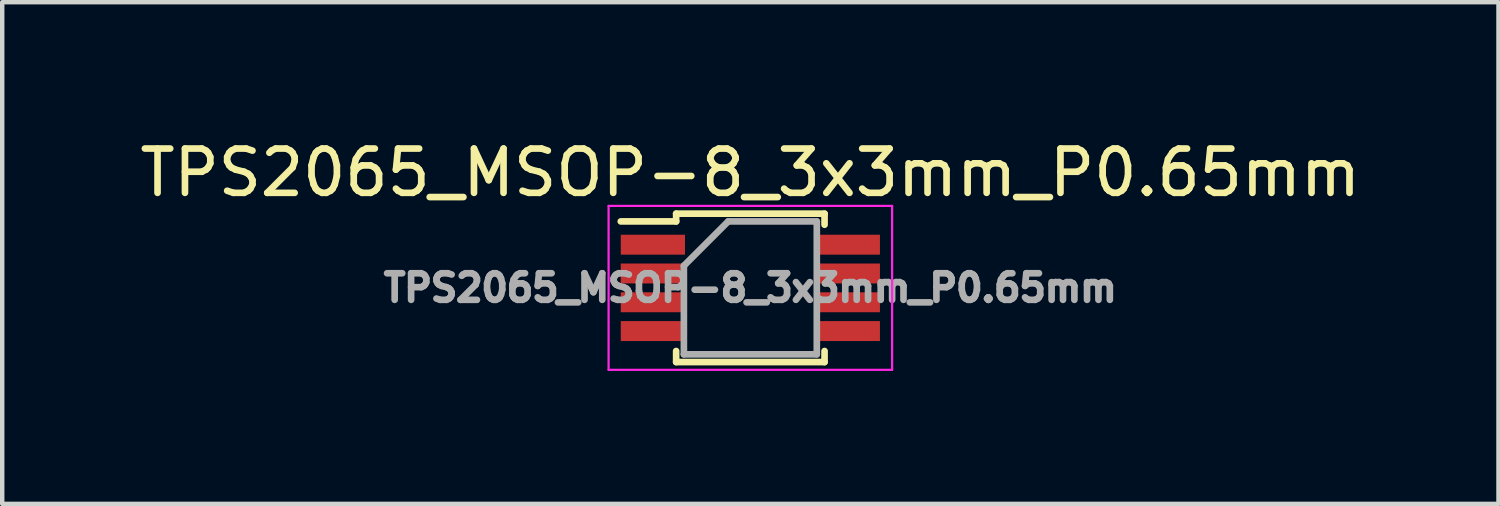
<source format=kicad_pcb>
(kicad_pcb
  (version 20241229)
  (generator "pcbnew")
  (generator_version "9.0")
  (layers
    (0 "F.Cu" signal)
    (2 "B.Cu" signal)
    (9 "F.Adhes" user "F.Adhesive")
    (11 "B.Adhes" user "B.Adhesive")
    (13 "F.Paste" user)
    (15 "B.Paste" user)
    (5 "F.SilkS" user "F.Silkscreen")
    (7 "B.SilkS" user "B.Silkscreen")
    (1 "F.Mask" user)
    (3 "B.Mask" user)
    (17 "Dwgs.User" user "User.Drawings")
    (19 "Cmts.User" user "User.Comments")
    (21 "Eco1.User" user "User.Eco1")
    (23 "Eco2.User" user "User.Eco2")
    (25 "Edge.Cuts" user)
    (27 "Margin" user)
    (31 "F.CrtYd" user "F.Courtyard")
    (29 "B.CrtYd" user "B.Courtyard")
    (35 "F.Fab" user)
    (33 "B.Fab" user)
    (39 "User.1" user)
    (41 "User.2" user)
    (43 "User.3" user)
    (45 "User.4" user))
  (footprint "TPS2065_MSOP-8_3x3mm_P0.65mm"
    (layer "F.Cu")
    (at 13.887 3.448)
    (property "Reference" "TPS2065_MSOP-8_3x3mm_P0.65mm" (at 0 -2.6 0) (layer "F.SilkS") (effects (font (size 1 1) (thickness 0.15))))
    (attr smd)
    (fp_line (start -1.675 -1.675) (end -1.675 -1.5) (stroke (width 0.15) (type solid)) (layer "F.SilkS"))
    (fp_line (start -1.675 -1.675) (end 1.675 -1.675) (stroke (width 0.15) (type solid)) (layer "F.SilkS"))
    (fp_line (start -1.675 -1.5) (end -2.925 -1.5) (stroke (width 0.15) (type solid)) (layer "F.SilkS"))
    (fp_line (start -1.675 1.675) (end -1.675 1.425) (stroke (width 0.15) (type solid)) (layer "F.SilkS"))
    (fp_line (start -1.675 1.675) (end 1.675 1.675) (stroke (width 0.15) (type solid)) (layer "F.SilkS"))
    (fp_line (start 1.675 -1.675) (end 1.675 -1.425) (stroke (width 0.15) (type solid)) (layer "F.SilkS"))
    (fp_line (start 1.675 1.675) (end 1.675 1.425) (stroke (width 0.15) (type solid)) (layer "F.SilkS"))
    (fp_line (start -3.2 -1.85) (end -3.2 1.85) (stroke (width 0.05) (type solid)) (layer "F.CrtYd"))
    (fp_line (start -3.2 -1.85) (end 3.2 -1.85) (stroke (width 0.05) (type solid)) (layer "F.CrtYd"))
    (fp_line (start -3.2 1.85) (end 3.2 1.85) (stroke (width 0.05) (type solid)) (layer "F.CrtYd"))
    (fp_line (start 3.2 -1.85) (end 3.2 1.85) (stroke (width 0.05) (type solid)) (layer "F.CrtYd"))
    (fp_line (start -1.5 -0.5) (end -0.5 -1.5) (stroke (width 0.15) (type solid)) (layer "F.Fab"))
    (fp_line (start -1.5 1.5) (end -1.5 -0.5) (stroke (width 0.15) (type solid)) (layer "F.Fab"))
    (fp_line (start -0.5 -1.5) (end 1.5 -1.5) (stroke (width 0.15) (type solid)) (layer "F.Fab"))
    (fp_line (start 1.5 -1.5) (end 1.5 1.5) (stroke (width 0.15) (type solid)) (layer "F.Fab"))
    (fp_line (start 1.5 1.5) (end -1.5 1.5) (stroke (width 0.15) (type solid)) (layer "F.Fab"))
    (fp_text user "${REFERENCE}" (at 0 0 0) (layer "F.Fab") (effects (font (size 0.6 0.6) (thickness 0.15))))
    (pad "1" smd rect (at -2.2 -0.975) (size 1.45 0.45) (layers "F.Cu" "F.Mask" "F.Paste"))
    (pad "2" smd rect (at -2.2 -0.325) (size 1.45 0.45) (layers "F.Cu" "F.Mask" "F.Paste"))
    (pad "2" smd rect (at -2.2 0.325) (size 1.45 0.45) (layers "F.Cu" "F.Mask" "F.Paste"))
    (pad "3" smd rect (at -2.2 0.975) (size 1.45 0.45) (layers "F.Cu" "F.Mask" "F.Paste"))
    (pad "4" smd rect (at 2.2 -0.975) (size 1.45 0.45) (layers "F.Cu" "F.Mask" "F.Paste"))
    (pad "4" smd rect (at 2.2 -0.325) (size 1.45 0.45) (layers "F.Cu" "F.Mask" "F.Paste"))
    (pad "4" smd rect (at 2.2 0.325) (size 1.45 0.45) (layers "F.Cu" "F.Mask" "F.Paste"))
    (pad "5" smd rect (at 2.2 0.975) (size 1.45 0.45) (layers "F.Cu" "F.Mask" "F.Paste")))
  (gr_rect
    (start -3 -3)
    (end 30.774 8.323)
    (stroke (width 0.1) (type default))
    (fill no)
    (layer "Edge.Cuts")))
</source>
